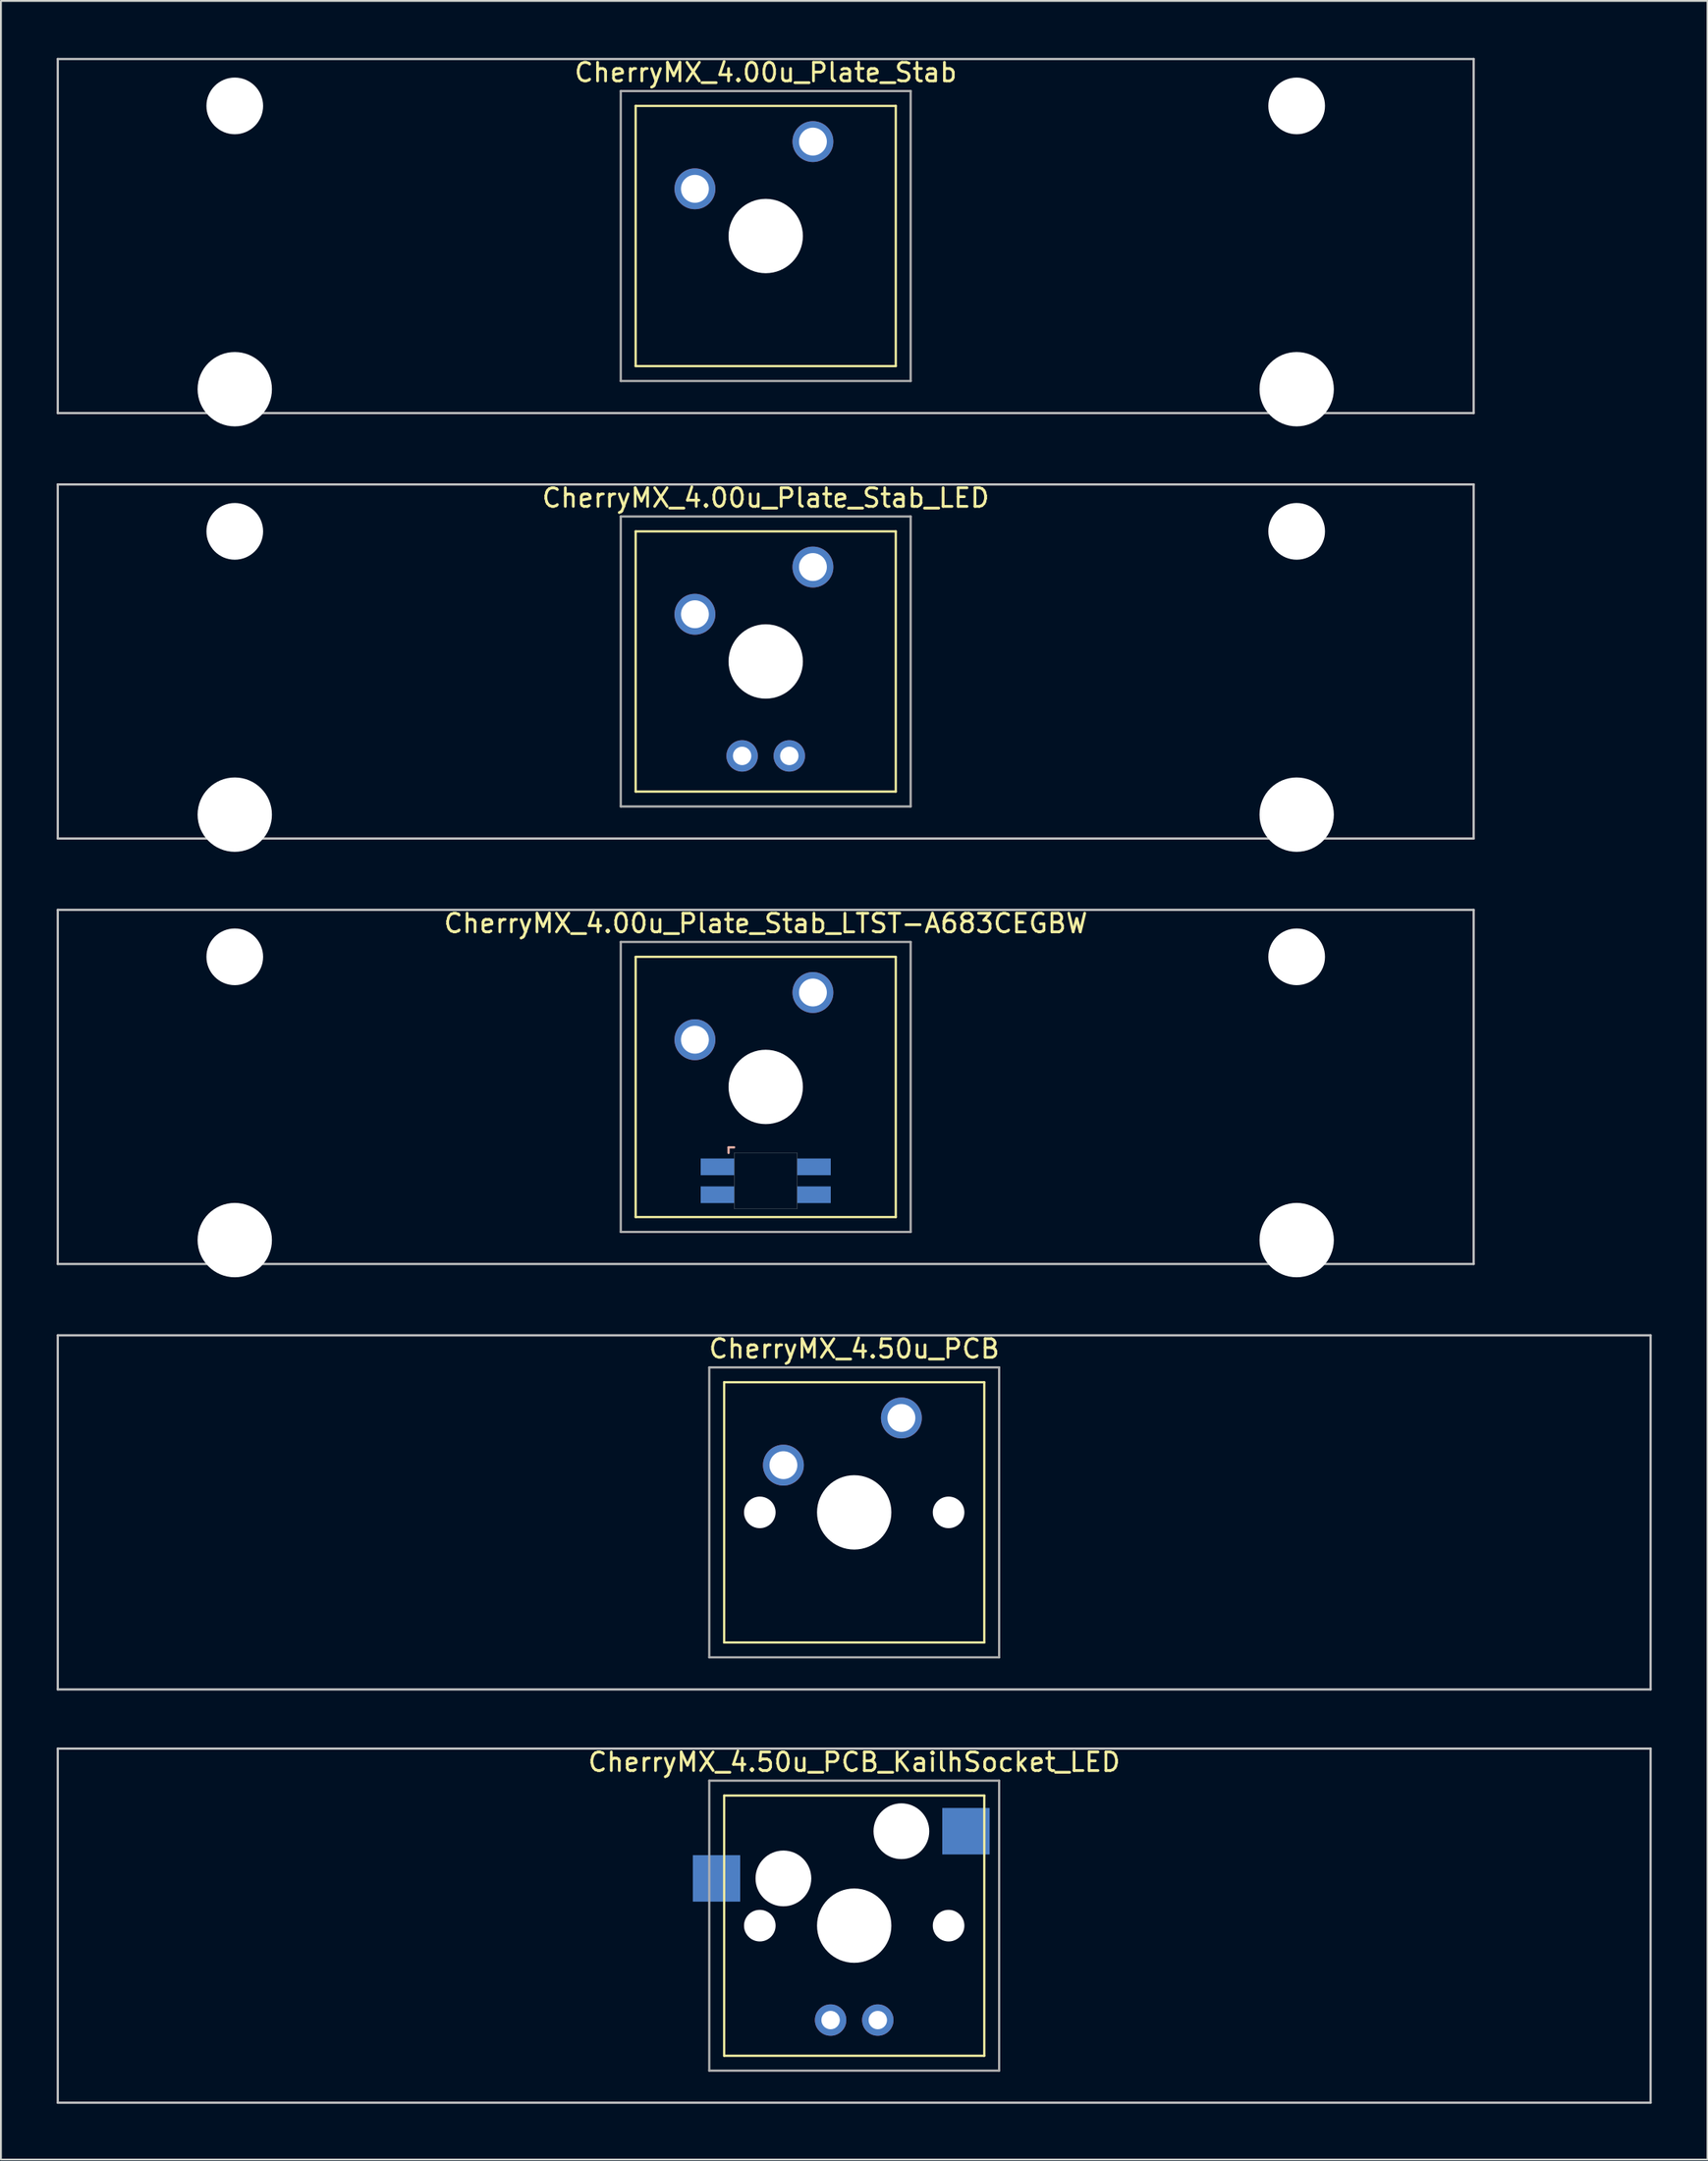
<source format=kicad_pcb>
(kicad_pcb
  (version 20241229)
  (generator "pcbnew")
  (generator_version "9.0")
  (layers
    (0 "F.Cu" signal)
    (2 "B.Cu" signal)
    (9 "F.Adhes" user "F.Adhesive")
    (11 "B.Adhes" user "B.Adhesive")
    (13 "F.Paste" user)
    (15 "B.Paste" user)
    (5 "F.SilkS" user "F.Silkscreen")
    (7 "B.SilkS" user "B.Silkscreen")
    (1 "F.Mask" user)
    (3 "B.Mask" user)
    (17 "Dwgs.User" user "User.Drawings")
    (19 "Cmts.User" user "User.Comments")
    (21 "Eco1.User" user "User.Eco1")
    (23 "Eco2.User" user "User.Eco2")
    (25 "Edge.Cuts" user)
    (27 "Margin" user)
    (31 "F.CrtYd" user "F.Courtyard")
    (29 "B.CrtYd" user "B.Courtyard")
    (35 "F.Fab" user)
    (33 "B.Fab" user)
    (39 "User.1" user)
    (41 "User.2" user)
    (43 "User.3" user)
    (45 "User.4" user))
  (footprint "CherryMX_4.00u_Plate_Stab"
    (layer "F.Cu")
    (at 38.16 9.648)
    (property "Reference" "CherryMX_4.00u_Plate_Stab" (at 0 -8.8 0) (layer "F.SilkS") (effects (font (size 1 1) (thickness 0.15))))
    (attr through_hole)
    (fp_line (start -7 -7) (end -7 7) (stroke (width 0.12) (type solid)) (layer "F.SilkS"))
    (fp_line (start -7 -7) (end 7 -7) (stroke (width 0.12) (type solid)) (layer "F.SilkS"))
    (fp_line (start 7 -7) (end 7 7) (stroke (width 0.12) (type solid)) (layer "F.SilkS"))
    (fp_line (start 7 7) (end -7 7) (stroke (width 0.12) (type solid)) (layer "F.SilkS"))
    (fp_line (start -38.1 -9.525) (end 38.1 -9.525) (stroke (width 0.12) (type solid)) (layer "Dwgs.User"))
    (fp_line (start -38.1 9.525) (end -38.1 -9.525) (stroke (width 0.12) (type solid)) (layer "Dwgs.User"))
    (fp_line (start 38.1 -9.525) (end 38.1 9.525) (stroke (width 0.12) (type solid)) (layer "Dwgs.User"))
    (fp_line (start 38.1 9.525) (end -38.1 9.525) (stroke (width 0.12) (type solid)) (layer "Dwgs.User"))
    (fp_line (start -7.8 -7.8) (end -7.8 7.8) (stroke (width 0.12) (type solid)) (layer "F.Fab"))
    (fp_line (start -7.8 -7.8) (end 7.8 -7.8) (stroke (width 0.12) (type solid)) (layer "F.Fab"))
    (fp_line (start -7.8 7.8) (end 7.8 7.8) (stroke (width 0.12) (type solid)) (layer "F.Fab"))
    (fp_line (start 7.8 -7.8) (end 7.8 7.8) (stroke (width 0.12) (type solid)) (layer "F.Fab"))
    (pad "" np_thru_hole circle (at -28.575 -7) (size 3.05 3.05) (drill 3.05) (layers "*.Cu" "*.Mask"))
    (pad "" np_thru_hole circle (at -28.575 8.24) (size 4 4) (drill 4) (layers "*.Cu" "*.Mask"))
    (pad "" np_thru_hole circle (at 0 0) (size 4 4) (drill 4) (layers "*.Cu" "*.Mask"))
    (pad "" np_thru_hole circle (at 28.575 -7) (size 3.05 3.05) (drill 3.05) (layers "*.Cu" "*.Mask"))
    (pad "" np_thru_hole circle (at 28.575 8.24) (size 4 4) (drill 4) (layers "*.Cu" "*.Mask"))
    (pad "1" thru_hole circle (at -3.81 -2.54) (size 2.2 2.2) (drill 1.5) (layers "*.Cu" "*.Mask"))
    (pad "2" thru_hole circle (at 2.54 -5.08) (size 2.2 2.2) (drill 1.5) (layers "*.Cu" "*.Mask")))
  (footprint "CherryMX_4.00u_Plate_Stab_LED"
    (layer "F.Cu")
    (at 38.16 32.536)
    (property "Reference" "CherryMX_4.00u_Plate_Stab_LED" (at 0 -8.8 0) (layer "F.SilkS") (effects (font (size 1 1) (thickness 0.15))))
    (attr through_hole)
    (fp_line (start -7 -7) (end -7 7) (stroke (width 0.12) (type solid)) (layer "F.SilkS"))
    (fp_line (start -7 -7) (end 7 -7) (stroke (width 0.12) (type solid)) (layer "F.SilkS"))
    (fp_line (start 7 -7) (end 7 7) (stroke (width 0.12) (type solid)) (layer "F.SilkS"))
    (fp_line (start 7 7) (end -7 7) (stroke (width 0.12) (type solid)) (layer "F.SilkS"))
    (fp_line (start -38.1 -9.525) (end 38.1 -9.525) (stroke (width 0.12) (type solid)) (layer "Dwgs.User"))
    (fp_line (start -38.1 9.525) (end -38.1 -9.525) (stroke (width 0.12) (type solid)) (layer "Dwgs.User"))
    (fp_line (start 38.1 -9.525) (end 38.1 9.525) (stroke (width 0.12) (type solid)) (layer "Dwgs.User"))
    (fp_line (start 38.1 9.525) (end -38.1 9.525) (stroke (width 0.12) (type solid)) (layer "Dwgs.User"))
    (fp_line (start -7.8 -7.8) (end -7.8 7.8) (stroke (width 0.12) (type solid)) (layer "F.Fab"))
    (fp_line (start -7.8 -7.8) (end 7.8 -7.8) (stroke (width 0.12) (type solid)) (layer "F.Fab"))
    (fp_line (start -7.8 7.8) (end 7.8 7.8) (stroke (width 0.12) (type solid)) (layer "F.Fab"))
    (fp_line (start 7.8 -7.8) (end 7.8 7.8) (stroke (width 0.12) (type solid)) (layer "F.Fab"))
    (pad "" np_thru_hole circle (at -28.575 -7) (size 3.05 3.05) (drill 3.05) (layers "*.Cu" "*.Mask"))
    (pad "" np_thru_hole circle (at -28.575 8.24) (size 4 4) (drill 4) (layers "*.Cu" "*.Mask"))
    (pad "" np_thru_hole circle (at 0 0) (size 4 4) (drill 4) (layers "*.Cu" "*.Mask"))
    (pad "" np_thru_hole circle (at 28.575 -7) (size 3.05 3.05) (drill 3.05) (layers "*.Cu" "*.Mask"))
    (pad "" np_thru_hole circle (at 28.575 8.24) (size 4 4) (drill 4) (layers "*.Cu" "*.Mask"))
    (pad "1" thru_hole circle (at -3.81 -2.54) (size 2.2 2.2) (drill 1.5) (layers "*.Cu" "*.Mask"))
    (pad "2" thru_hole circle (at 2.54 -5.08) (size 2.2 2.2) (drill 1.5) (layers "*.Cu" "*.Mask"))
    (pad "3" thru_hole circle (at -1.27 5.08) (size 1.691 1.691) (drill 0.991) (layers "*.Cu" "*.Mask"))
    (pad "4" thru_hole circle (at 1.27 5.08) (size 1.691 1.691) (drill 0.991) (layers "*.Cu" "*.Mask")))
  (footprint "CherryMX_4.00u_Plate_Stab_LTST-A683CEGBW"
    (layer "F.Cu")
    (at 38.16 55.425)
    (property "Reference" "CherryMX_4.00u_Plate_Stab_LTST-A683CEGBW" (at 0 -8.8 0) (layer "F.SilkS") (effects (font (size 1 1) (thickness 0.15))))
    (attr through_hole)
    (fp_line (start -7 -7) (end -7 7) (stroke (width 0.12) (type solid)) (layer "F.SilkS"))
    (fp_line (start -7 -7) (end 7 -7) (stroke (width 0.12) (type solid)) (layer "F.SilkS"))
    (fp_line (start 7 -7) (end 7 7) (stroke (width 0.12) (type solid)) (layer "F.SilkS"))
    (fp_line (start 7 7) (end -7 7) (stroke (width 0.12) (type solid)) (layer "F.SilkS"))
    (fp_line (start -2 3.25) (end -2 3.55) (stroke (width 0.12) (type solid)) (layer "B.SilkS"))
    (fp_line (start -1.7 3.25) (end -2 3.25) (stroke (width 0.12) (type solid)) (layer "B.SilkS"))
    (fp_line (start -38.1 -9.525) (end 38.1 -9.525) (stroke (width 0.12) (type solid)) (layer "Dwgs.User"))
    (fp_line (start -38.1 9.525) (end -38.1 -9.525) (stroke (width 0.12) (type solid)) (layer "Dwgs.User"))
    (fp_line (start 38.1 -9.525) (end 38.1 9.525) (stroke (width 0.12) (type solid)) (layer "Dwgs.User"))
    (fp_line (start 38.1 9.525) (end -38.1 9.525) (stroke (width 0.12) (type solid)) (layer "Dwgs.User"))
    (fp_poly (pts (xy 1.7 6.55) (xy -1.7 6.55) (xy -1.7 3.55) (xy 1.7 3.55)) (stroke (width 0.01) (type solid)) (fill no) (layer "Edge.Cuts"))
    (fp_line (start -7.8 -7.8) (end -7.8 7.8) (stroke (width 0.12) (type solid)) (layer "F.Fab"))
    (fp_line (start -7.8 -7.8) (end 7.8 -7.8) (stroke (width 0.12) (type solid)) (layer "F.Fab"))
    (fp_line (start -7.8 7.8) (end 7.8 7.8) (stroke (width 0.12) (type solid)) (layer "F.Fab"))
    (fp_line (start 7.8 -7.8) (end 7.8 7.8) (stroke (width 0.12) (type solid)) (layer "F.Fab"))
    (pad "" np_thru_hole circle (at -28.575 -7) (size 3.05 3.05) (drill 3.05) (layers "*.Cu" "*.Mask"))
    (pad "" np_thru_hole circle (at -28.575 8.24) (size 4 4) (drill 4) (layers "*.Cu" "*.Mask"))
    (pad "" np_thru_hole circle (at 0 0) (size 4 4) (drill 4) (layers "*.Cu" "*.Mask"))
    (pad "" np_thru_hole circle (at 28.575 -7) (size 3.05 3.05) (drill 3.05) (layers "*.Cu" "*.Mask"))
    (pad "" np_thru_hole circle (at 28.575 8.24) (size 4 4) (drill 4) (layers "*.Cu" "*.Mask"))
    (pad "1" thru_hole circle (at -3.81 -2.54) (size 2.2 2.2) (drill 1.5) (layers "*.Cu" "*.Mask"))
    (pad "2" thru_hole circle (at 2.54 -5.08) (size 2.2 2.2) (drill 1.5) (layers "*.Cu" "*.Mask"))
    (pad "3" smd rect (at -2.6 4.3) (size 1.8 0.9) (layers "B.Cu" "B.Mask" "B.Paste"))
    (pad "4" smd rect (at -2.6 5.8) (size 1.8 0.9) (layers "B.Cu" "B.Mask" "B.Paste"))
    (pad "5" smd rect (at 2.6 4.3) (size 1.8 0.9) (layers "B.Cu" "B.Mask" "B.Paste"))
    (pad "6" smd rect (at 2.6 5.8) (size 1.8 0.9) (layers "B.Cu" "B.Mask" "B.Paste")))
  (footprint "CherryMX_4.50u_PCB_KailhSocket_LED"
    (layer "F.Cu")
    (at 42.922 100.546)
    (property "Reference" "CherryMX_4.50u_PCB_KailhSocket_LED" (at 0 -8.8 0) (layer "F.SilkS") (effects (font (size 1 1) (thickness 0.15))))
    (attr through_hole)
    (fp_line (start -7 -7) (end -7 7) (stroke (width 0.12) (type solid)) (layer "F.SilkS"))
    (fp_line (start -7 -7) (end 7 -7) (stroke (width 0.12) (type solid)) (layer "F.SilkS"))
    (fp_line (start 7 -7) (end 7 7) (stroke (width 0.12) (type solid)) (layer "F.SilkS"))
    (fp_line (start 7 7) (end -7 7) (stroke (width 0.12) (type solid)) (layer "F.SilkS"))
    (fp_line (start -42.862 -9.525) (end 42.862 -9.525) (stroke (width 0.12) (type solid)) (layer "Dwgs.User"))
    (fp_line (start -42.862 9.525) (end -42.862 -9.525) (stroke (width 0.12) (type solid)) (layer "Dwgs.User"))
    (fp_line (start 42.862 -9.525) (end 42.862 9.525) (stroke (width 0.12) (type solid)) (layer "Dwgs.User"))
    (fp_line (start 42.862 9.525) (end -42.862 9.525) (stroke (width 0.12) (type solid)) (layer "Dwgs.User"))
    (fp_line (start -7.8 -7.8) (end -7.8 7.8) (stroke (width 0.12) (type solid)) (layer "F.Fab"))
    (fp_line (start -7.8 -7.8) (end 7.8 -7.8) (stroke (width 0.12) (type solid)) (layer "F.Fab"))
    (fp_line (start -7.8 7.8) (end 7.8 7.8) (stroke (width 0.12) (type solid)) (layer "F.Fab"))
    (fp_line (start 7.8 -7.8) (end 7.8 7.8) (stroke (width 0.12) (type solid)) (layer "F.Fab"))
    (pad "" np_thru_hole circle (at -5.08 0) (size 1.7 1.7) (drill 1.7) (layers "*.Cu" "*.Mask"))
    (pad "" np_thru_hole circle (at -3.81 -2.54) (size 3 3) (drill 3) (layers "*.Cu" "*.Mask"))
    (pad "" np_thru_hole circle (at 0 0) (size 4 4) (drill 4) (layers "*.Cu" "*.Mask"))
    (pad "" np_thru_hole circle (at 2.54 -5.08) (size 3 3) (drill 3) (layers "*.Cu" "*.Mask"))
    (pad "" np_thru_hole circle (at 5.08 0) (size 1.7 1.7) (drill 1.7) (layers "*.Cu" "*.Mask"))
    (pad "1" smd rect (at -7.41 -2.54) (size 2.55 2.5) (layers "B.Cu" "B.Mask" "B.Paste"))
    (pad "2" smd rect (at 6.015 -5.08) (size 2.55 2.5) (layers "B.Cu" "B.Mask" "B.Paste"))
    (pad "3" thru_hole circle (at -1.27 5.08) (size 1.691 1.691) (drill 0.991) (layers "*.Cu" "*.Mask"))
    (pad "4" thru_hole circle (at 1.27 5.08) (size 1.691 1.691) (drill 0.991) (layers "*.Cu" "*.Mask")))
  (footprint "CherryMX_4.50u_PCB"
    (layer "F.Cu")
    (at 42.922 78.313)
    (property "Reference" "CherryMX_4.50u_PCB" (at 0 -8.8 0) (layer "F.SilkS") (effects (font (size 1 1) (thickness 0.15))))
    (attr through_hole)
    (fp_line (start -7 -7) (end -7 7) (stroke (width 0.12) (type solid)) (layer "F.SilkS"))
    (fp_line (start -7 -7) (end 7 -7) (stroke (width 0.12) (type solid)) (layer "F.SilkS"))
    (fp_line (start 7 -7) (end 7 7) (stroke (width 0.12) (type solid)) (layer "F.SilkS"))
    (fp_line (start 7 7) (end -7 7) (stroke (width 0.12) (type solid)) (layer "F.SilkS"))
    (fp_line (start -42.862 -9.525) (end 42.862 -9.525) (stroke (width 0.12) (type solid)) (layer "Dwgs.User"))
    (fp_line (start -42.862 9.525) (end -42.862 -9.525) (stroke (width 0.12) (type solid)) (layer "Dwgs.User"))
    (fp_line (start 42.862 -9.525) (end 42.862 9.525) (stroke (width 0.12) (type solid)) (layer "Dwgs.User"))
    (fp_line (start 42.862 9.525) (end -42.862 9.525) (stroke (width 0.12) (type solid)) (layer "Dwgs.User"))
    (fp_line (start -7.8 -7.8) (end -7.8 7.8) (stroke (width 0.12) (type solid)) (layer "F.Fab"))
    (fp_line (start -7.8 -7.8) (end 7.8 -7.8) (stroke (width 0.12) (type solid)) (layer "F.Fab"))
    (fp_line (start -7.8 7.8) (end 7.8 7.8) (stroke (width 0.12) (type solid)) (layer "F.Fab"))
    (fp_line (start 7.8 -7.8) (end 7.8 7.8) (stroke (width 0.12) (type solid)) (layer "F.Fab"))
    (pad "" np_thru_hole circle (at -5.08 0) (size 1.7 1.7) (drill 1.7) (layers "*.Cu" "*.Mask"))
    (pad "" np_thru_hole circle (at 0 0) (size 4 4) (drill 4) (layers "*.Cu" "*.Mask"))
    (pad "" np_thru_hole circle (at 5.08 0) (size 1.7 1.7) (drill 1.7) (layers "*.Cu" "*.Mask"))
    (pad "1" thru_hole circle (at -3.81 -2.54) (size 2.2 2.2) (drill 1.5) (layers "*.Cu" "*.Mask"))
    (pad "2" thru_hole circle (at 2.54 -5.08) (size 2.2 2.2) (drill 1.5) (layers "*.Cu" "*.Mask")))
  (gr_rect
    (start -3 -3)
    (end 88.845 113.131)
    (stroke (width 0.1) (type default))
    (fill no)
    (layer "Edge.Cuts")))
</source>
